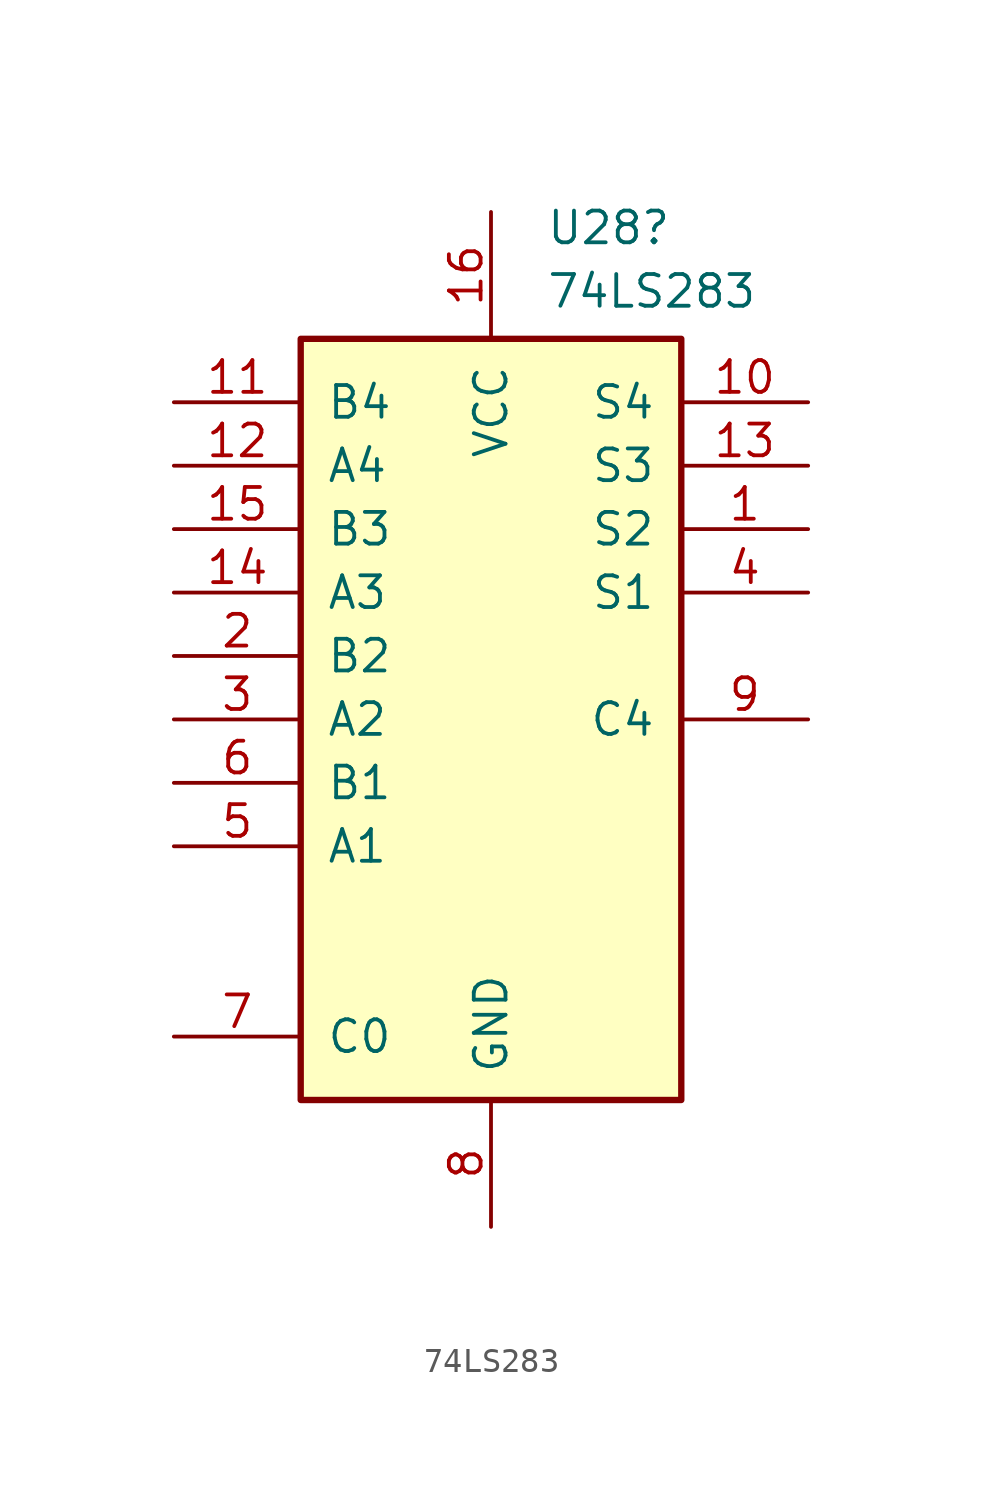
<source format=kicad_sym>
(kicad_symbol_lib
  (version 20220914)
  (generator kicad_symbol_editor)
  (symbol "74LS283"
    (pin_names
      (offset 1.016))
    (property "Reference" "U28"
      (at 2.194 19.685 0)
      (effects (font (size 1.27 1.27)) (justify left)))
    (property "Value" "74LS283"
      (at 2.194 17.145 0)
      (effects (font (size 1.27 1.27)) (justify left)))
    (property "ki_locked" ""
      (at 0 0 0)
      (effects (font (size 1.27 1.27))))
    (symbol "74LS283_1_0"
      (pin output line (at 12.7 7.62 180) (length 5.08) (name "S2" (effects (font (size 1.27 1.27)))) (number "1" (effects (font (size 1.27 1.27)))))
      (pin output line (at 12.7 12.7 180) (length 5.08) (name "S4" (effects (font (size 1.27 1.27)))) (number "10" (effects (font (size 1.27 1.27)))))
      (pin input line (at -12.7 12.7 0) (length 5.08) (name "B4" (effects (font (size 1.27 1.27)))) (number "11" (effects (font (size 1.27 1.27)))))
      (pin input line (at -12.7 10.16 0) (length 5.08) (name "A4" (effects (font (size 1.27 1.27)))) (number "12" (effects (font (size 1.27 1.27)))))
      (pin output line (at 12.7 10.16 180) (length 5.08) (name "S3" (effects (font (size 1.27 1.27)))) (number "13" (effects (font (size 1.27 1.27)))))
      (pin input line (at -12.7 5.08 0) (length 5.08) (name "A3" (effects (font (size 1.27 1.27)))) (number "14" (effects (font (size 1.27 1.27)))))
      (pin input line (at -12.7 7.62 0) (length 5.08) (name "B3" (effects (font (size 1.27 1.27)))) (number "15" (effects (font (size 1.27 1.27)))))
      (pin power_in line (at 0 20.32 270) (length 5.08) (name "VCC" (effects (font (size 1.27 1.27)))) (number "16" (effects (font (size 1.27 1.27)))))
      (pin input line (at -12.7 2.54 0) (length 5.08) (name "B2" (effects (font (size 1.27 1.27)))) (number "2" (effects (font (size 1.27 1.27)))))
      (pin input line (at -12.7 0 0) (length 5.08) (name "A2" (effects (font (size 1.27 1.27)))) (number "3" (effects (font (size 1.27 1.27)))))
      (pin output line (at 12.7 5.08 180) (length 5.08) (name "S1" (effects (font (size 1.27 1.27)))) (number "4" (effects (font (size 1.27 1.27)))))
      (pin input line (at -12.7 -5.08 0) (length 5.08) (name "A1" (effects (font (size 1.27 1.27)))) (number "5" (effects (font (size 1.27 1.27)))))
      (pin input line (at -12.7 -2.54 0) (length 5.08) (name "B1" (effects (font (size 1.27 1.27)))) (number "6" (effects (font (size 1.27 1.27)))))
      (pin input line (at -12.7 -12.7 0) (length 5.08) (name "C0" (effects (font (size 1.27 1.27)))) (number "7" (effects (font (size 1.27 1.27)))))
      (pin power_in line (at 0 -20.32 90) (length 5.08) (name "GND" (effects (font (size 1.27 1.27)))) (number "8" (effects (font (size 1.27 1.27)))))
      (pin output line (at 12.7 0 180) (length 5.08) (name "C4" (effects (font (size 1.27 1.27)))) (number "9" (effects (font (size 1.27 1.27))))))
    (symbol "74LS283_1_1"
      (rectangle (start -7.62 15.24) (end 7.62 -15.24) (stroke (width 0.254) (type default)) (fill (type background))))))
</source>
